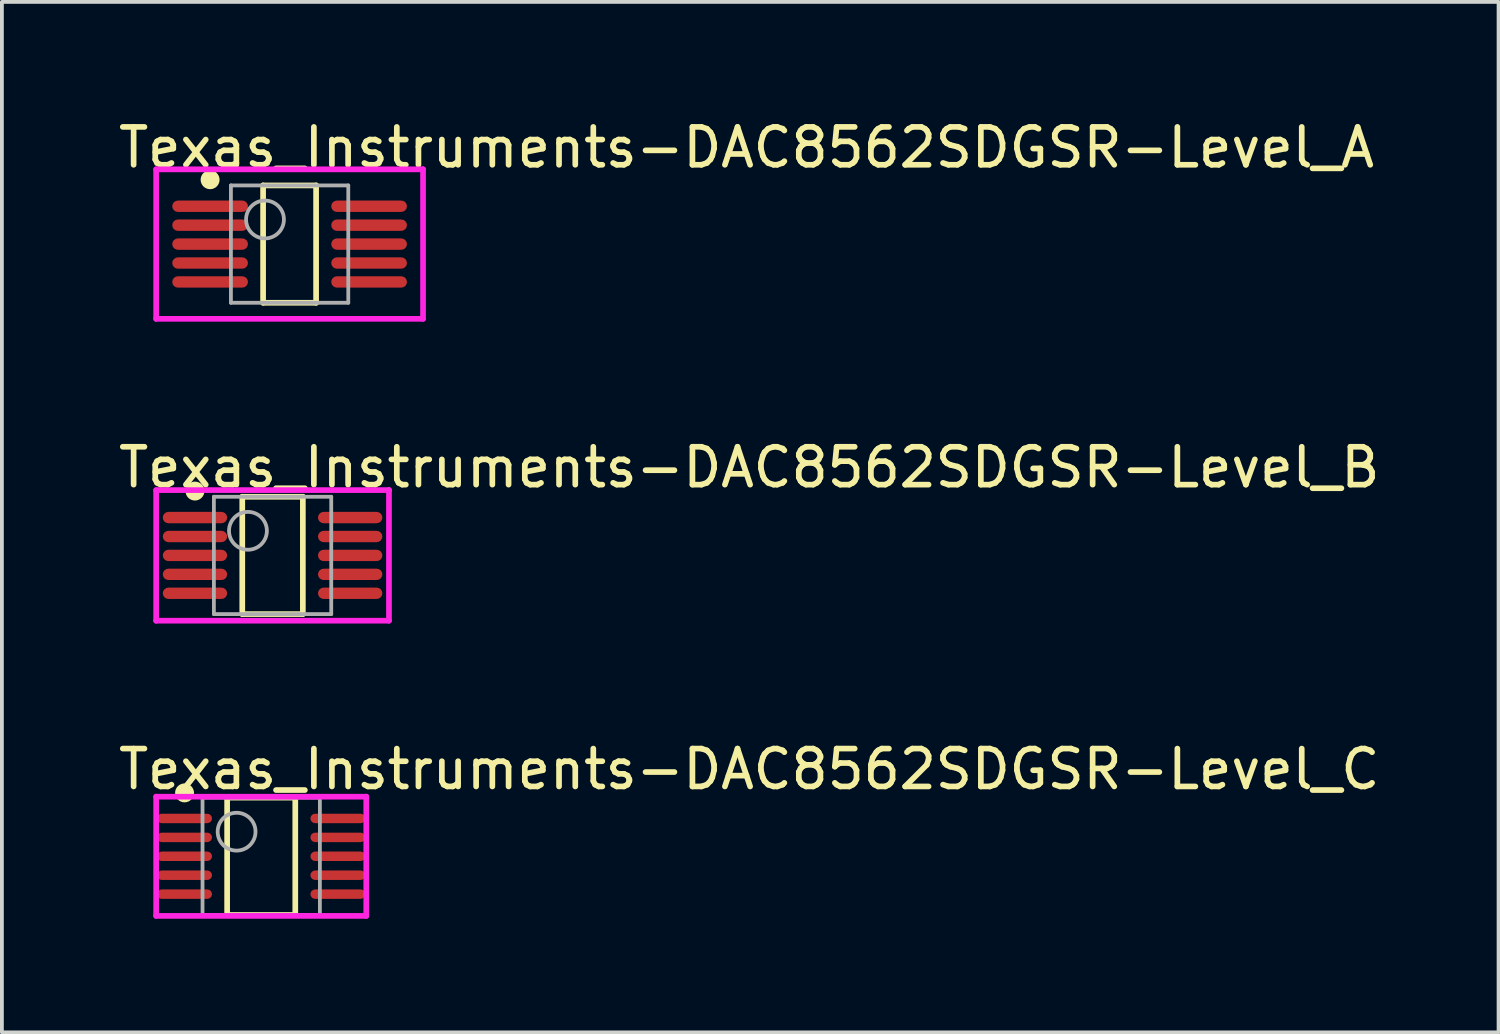
<source format=kicad_pcb>
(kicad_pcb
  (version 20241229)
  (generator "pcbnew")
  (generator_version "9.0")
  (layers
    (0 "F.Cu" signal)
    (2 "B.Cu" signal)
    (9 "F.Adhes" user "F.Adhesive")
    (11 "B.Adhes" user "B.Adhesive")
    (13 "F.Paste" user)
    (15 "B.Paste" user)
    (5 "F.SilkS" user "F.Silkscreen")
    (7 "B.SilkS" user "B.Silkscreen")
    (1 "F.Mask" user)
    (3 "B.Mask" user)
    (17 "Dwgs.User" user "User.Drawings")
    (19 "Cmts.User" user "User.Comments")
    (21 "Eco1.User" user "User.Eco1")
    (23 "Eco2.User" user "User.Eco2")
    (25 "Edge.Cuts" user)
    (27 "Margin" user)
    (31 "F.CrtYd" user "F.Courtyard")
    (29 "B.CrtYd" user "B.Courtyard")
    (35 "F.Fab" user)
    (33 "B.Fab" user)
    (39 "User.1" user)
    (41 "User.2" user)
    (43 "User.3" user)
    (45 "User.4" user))
  (footprint "Texas_Instruments-DAC8562SDGSR-Level_C"
    (layer "F.Cu")
    (at 3.85 19.57)
    (property "Reference" "Texas_Instruments-DAC8562SDGSR-Level_C" (at -3.85 -2.3 0) (layer "F.SilkS") (effects (font (size 1 1) (thickness 0.15)) (justify left)))
    (attr through_hole)
    (fp_line (start -0.9 -1.55) (end 0.9 -1.55) (stroke (width 0.15) (type solid)) (layer "F.SilkS"))
    (fp_line (start -0.9 1.55) (end -0.9 -1.55) (stroke (width 0.15) (type solid)) (layer "F.SilkS"))
    (fp_line (start -0.9 1.55) (end 0.9 1.55) (stroke (width 0.15) (type solid)) (layer "F.SilkS"))
    (fp_line (start 0.9 1.55) (end 0.9 -1.55) (stroke (width 0.15) (type solid)) (layer "F.SilkS"))
    (fp_circle (center -2.025 -1.675) (end -1.9 -1.675) (stroke (width 0.25) (type solid)) (fill no) (layer "F.SilkS"))
    (fp_line (start -2.775 -1.575) (end -2.775 1.575) (stroke (width 0.15) (type solid)) (layer "F.CrtYd"))
    (fp_line (start -2.775 1.575) (end 2.775 1.575) (stroke (width 0.15) (type solid)) (layer "F.CrtYd"))
    (fp_line (start 2.775 -1.575) (end -2.775 -1.575) (stroke (width 0.15) (type solid)) (layer "F.CrtYd"))
    (fp_line (start 2.775 -1.575) (end 2.775 -1.575) (stroke (width 0.15) (type solid)) (layer "F.CrtYd"))
    (fp_line (start 2.775 1.575) (end 2.775 -1.575) (stroke (width 0.15) (type solid)) (layer "F.CrtYd"))
    (fp_line (start -1.55 -1.55) (end 1.55 -1.55) (stroke (width 0.1) (type solid)) (layer "F.Fab"))
    (fp_line (start -1.55 1.55) (end -1.55 -1.55) (stroke (width 0.1) (type solid)) (layer "F.Fab"))
    (fp_line (start -1.55 1.55) (end 1.55 1.55) (stroke (width 0.1) (type solid)) (layer "F.Fab"))
    (fp_line (start 1.55 1.55) (end 1.55 -1.55) (stroke (width 0.1) (type solid)) (layer "F.Fab"))
    (fp_circle (center -0.65 -0.65) (end -0.15 -0.65) (stroke (width 0.1) (type solid)) (fill no) (layer "F.Fab"))
    (pad "1" smd roundrect (at -2.025 -1 270) (size 0.25 1.45) (layers "F.Cu" "F.Mask" "F.Paste") (roundrect_rratio 0.5))
    (pad "2" smd roundrect (at -2.025 -0.5 270) (size 0.25 1.45) (layers "F.Cu" "F.Mask" "F.Paste") (roundrect_rratio 0.5))
    (pad "3" smd roundrect (at -2.025 -0.000001 270) (size 0.25 1.45) (layers "F.Cu" "F.Mask" "F.Paste") (roundrect_rratio 0.5))
    (pad "4" smd roundrect (at -2.025 0.5 270) (size 0.25 1.45) (layers "F.Cu" "F.Mask" "F.Paste") (roundrect_rratio 0.5))
    (pad "5" smd roundrect (at -2.025 1 270) (size 0.25 1.45) (layers "F.Cu" "F.Mask" "F.Paste") (roundrect_rratio 0.5))
    (pad "6" smd roundrect (at 2.025 1 270) (size 0.25 1.45) (layers "F.Cu" "F.Mask" "F.Paste") (roundrect_rratio 0.5))
    (pad "7" smd roundrect (at 2.025 0.5 270) (size 0.25 1.45) (layers "F.Cu" "F.Mask" "F.Paste") (roundrect_rratio 0.5))
    (pad "8" smd roundrect (at 2.025 -0.000001 270) (size 0.25 1.45) (layers "F.Cu" "F.Mask" "F.Paste") (roundrect_rratio 0.5))
    (pad "9" smd roundrect (at 2.025 -0.5 270) (size 0.25 1.45) (layers "F.Cu" "F.Mask" "F.Paste") (roundrect_rratio 0.5))
    (pad "10" smd roundrect (at 2.025 -1 270) (size 0.25 1.45) (layers "F.Cu" "F.Mask" "F.Paste") (roundrect_rratio 0.5)))
  (footprint "Texas_Instruments-DAC8562SDGSR-Level_A"
    (layer "F.Cu")
    (at 4.6 3.398)
    (property "Reference" "Texas_Instruments-DAC8562SDGSR-Level_A" (at -4.6 -2.55 0) (layer "F.SilkS") (effects (font (size 1 1) (thickness 0.15)) (justify left)))
    (attr through_hole)
    (fp_line (start -0.7 -1.55) (end 0.7 -1.55) (stroke (width 0.15) (type solid)) (layer "F.SilkS"))
    (fp_line (start -0.7 1.55) (end -0.7 -1.55) (stroke (width 0.15) (type solid)) (layer "F.SilkS"))
    (fp_line (start -0.7 1.55) (end 0.7 1.55) (stroke (width 0.15) (type solid)) (layer "F.SilkS"))
    (fp_line (start 0.7 1.55) (end 0.7 -1.55) (stroke (width 0.15) (type solid)) (layer "F.SilkS"))
    (fp_circle (center -2.1 -1.7) (end -1.975 -1.7) (stroke (width 0.25) (type solid)) (fill no) (layer "F.SilkS"))
    (fp_line (start -3.525 -1.975) (end -3.525 1.975) (stroke (width 0.15) (type solid)) (layer "F.CrtYd"))
    (fp_line (start -3.525 1.975) (end 3.525 1.975) (stroke (width 0.15) (type solid)) (layer "F.CrtYd"))
    (fp_line (start 3.525 -1.975) (end -3.525 -1.975) (stroke (width 0.15) (type solid)) (layer "F.CrtYd"))
    (fp_line (start 3.525 -1.975) (end 3.525 -1.975) (stroke (width 0.15) (type solid)) (layer "F.CrtYd"))
    (fp_line (start 3.525 1.975) (end 3.525 -1.975) (stroke (width 0.15) (type solid)) (layer "F.CrtYd"))
    (fp_line (start -1.55 -1.55) (end 1.55 -1.55) (stroke (width 0.1) (type solid)) (layer "F.Fab"))
    (fp_line (start -1.55 1.55) (end -1.55 -1.55) (stroke (width 0.1) (type solid)) (layer "F.Fab"))
    (fp_line (start -1.55 1.55) (end 1.55 1.55) (stroke (width 0.1) (type solid)) (layer "F.Fab"))
    (fp_line (start 1.55 1.55) (end 1.55 -1.55) (stroke (width 0.1) (type solid)) (layer "F.Fab"))
    (fp_circle (center -0.65 -0.65) (end -0.15 -0.65) (stroke (width 0.1) (type solid)) (fill no) (layer "F.Fab"))
    (pad "1" smd roundrect (at -2.1 -1 270) (size 0.3 2) (layers "F.Cu" "F.Mask" "F.Paste") (roundrect_rratio 0.5))
    (pad "2" smd roundrect (at -2.1 -0.5 270) (size 0.3 2) (layers "F.Cu" "F.Mask" "F.Paste") (roundrect_rratio 0.5))
    (pad "3" smd roundrect (at -2.1 -0.000001 270) (size 0.3 2) (layers "F.Cu" "F.Mask" "F.Paste") (roundrect_rratio 0.5))
    (pad "4" smd roundrect (at -2.1 0.5 270) (size 0.3 2) (layers "F.Cu" "F.Mask" "F.Paste") (roundrect_rratio 0.5))
    (pad "5" smd roundrect (at -2.1 1 270) (size 0.3 2) (layers "F.Cu" "F.Mask" "F.Paste") (roundrect_rratio 0.5))
    (pad "6" smd roundrect (at 2.1 1 270) (size 0.3 2) (layers "F.Cu" "F.Mask" "F.Paste") (roundrect_rratio 0.5))
    (pad "7" smd roundrect (at 2.1 0.5 270) (size 0.3 2) (layers "F.Cu" "F.Mask" "F.Paste") (roundrect_rratio 0.5))
    (pad "8" smd roundrect (at 2.1 -0.000001 270) (size 0.3 2) (layers "F.Cu" "F.Mask" "F.Paste") (roundrect_rratio 0.5))
    (pad "9" smd roundrect (at 2.1 -0.5 270) (size 0.3 2) (layers "F.Cu" "F.Mask" "F.Paste") (roundrect_rratio 0.5))
    (pad "10" smd roundrect (at 2.1 -1 270) (size 0.3 2) (layers "F.Cu" "F.Mask" "F.Paste") (roundrect_rratio 0.5)))
  (footprint "Texas_Instruments-DAC8562SDGSR-Level_B"
    (layer "F.Cu")
    (at 4.15 11.622)
    (property "Reference" "Texas_Instruments-DAC8562SDGSR-Level_B" (at -4.15 -2.325 0) (layer "F.SilkS") (effects (font (size 1 1) (thickness 0.15)) (justify left)))
    (attr through_hole)
    (fp_line (start -0.8 -1.55) (end 0.8 -1.55) (stroke (width 0.15) (type solid)) (layer "F.SilkS"))
    (fp_line (start -0.8 1.55) (end -0.8 -1.55) (stroke (width 0.15) (type solid)) (layer "F.SilkS"))
    (fp_line (start -0.8 1.55) (end 0.8 1.55) (stroke (width 0.15) (type solid)) (layer "F.SilkS"))
    (fp_line (start 0.8 1.55) (end 0.8 -1.55) (stroke (width 0.15) (type solid)) (layer "F.SilkS"))
    (fp_circle (center -2.05 -1.7) (end -1.925 -1.7) (stroke (width 0.25) (type solid)) (fill no) (layer "F.SilkS"))
    (fp_line (start -3.075 -1.725) (end -3.075 1.725) (stroke (width 0.15) (type solid)) (layer "F.CrtYd"))
    (fp_line (start -3.075 1.725) (end 3.075 1.725) (stroke (width 0.15) (type solid)) (layer "F.CrtYd"))
    (fp_line (start 3.075 -1.725) (end -3.075 -1.725) (stroke (width 0.15) (type solid)) (layer "F.CrtYd"))
    (fp_line (start 3.075 -1.725) (end 3.075 -1.725) (stroke (width 0.15) (type solid)) (layer "F.CrtYd"))
    (fp_line (start 3.075 1.725) (end 3.075 -1.725) (stroke (width 0.15) (type solid)) (layer "F.CrtYd"))
    (fp_line (start -1.55 -1.55) (end 1.55 -1.55) (stroke (width 0.1) (type solid)) (layer "F.Fab"))
    (fp_line (start -1.55 1.55) (end -1.55 -1.55) (stroke (width 0.1) (type solid)) (layer "F.Fab"))
    (fp_line (start -1.55 1.55) (end 1.55 1.55) (stroke (width 0.1) (type solid)) (layer "F.Fab"))
    (fp_line (start 1.55 1.55) (end 1.55 -1.55) (stroke (width 0.1) (type solid)) (layer "F.Fab"))
    (fp_circle (center -0.65 -0.65) (end -0.15 -0.65) (stroke (width 0.1) (type solid)) (fill no) (layer "F.Fab"))
    (pad "1" smd roundrect (at -2.05 -1 270) (size 0.3 1.7) (layers "F.Cu" "F.Mask" "F.Paste") (roundrect_rratio 0.5))
    (pad "2" smd roundrect (at -2.05 -0.5 270) (size 0.3 1.7) (layers "F.Cu" "F.Mask" "F.Paste") (roundrect_rratio 0.5))
    (pad "3" smd roundrect (at -2.05 -0.000001 270) (size 0.3 1.7) (layers "F.Cu" "F.Mask" "F.Paste") (roundrect_rratio 0.5))
    (pad "4" smd roundrect (at -2.05 0.5 270) (size 0.3 1.7) (layers "F.Cu" "F.Mask" "F.Paste") (roundrect_rratio 0.5))
    (pad "5" smd roundrect (at -2.05 1 270) (size 0.3 1.7) (layers "F.Cu" "F.Mask" "F.Paste") (roundrect_rratio 0.5))
    (pad "6" smd roundrect (at 2.05 1 270) (size 0.3 1.7) (layers "F.Cu" "F.Mask" "F.Paste") (roundrect_rratio 0.5))
    (pad "7" smd roundrect (at 2.05 0.5 270) (size 0.3 1.7) (layers "F.Cu" "F.Mask" "F.Paste") (roundrect_rratio 0.5))
    (pad "8" smd roundrect (at 2.05 -0.000001 270) (size 0.3 1.7) (layers "F.Cu" "F.Mask" "F.Paste") (roundrect_rratio 0.5))
    (pad "9" smd roundrect (at 2.05 -0.5 270) (size 0.3 1.7) (layers "F.Cu" "F.Mask" "F.Paste") (roundrect_rratio 0.5))
    (pad "10" smd roundrect (at 2.05 -1 270) (size 0.3 1.7) (layers "F.Cu" "F.Mask" "F.Paste") (roundrect_rratio 0.5)))
  (gr_rect
    (start -3 -3)
    (end 36.536 24.22)
    (stroke (width 0.1) (type default))
    (fill no)
    (layer "Edge.Cuts")))
</source>
